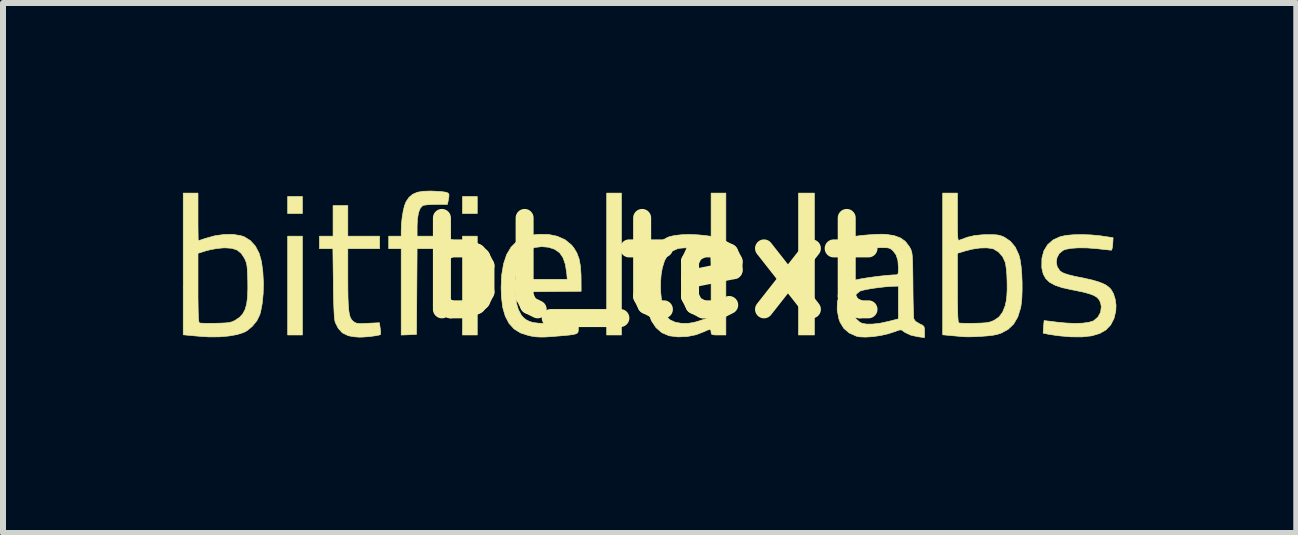
<source format=kicad_pcb>
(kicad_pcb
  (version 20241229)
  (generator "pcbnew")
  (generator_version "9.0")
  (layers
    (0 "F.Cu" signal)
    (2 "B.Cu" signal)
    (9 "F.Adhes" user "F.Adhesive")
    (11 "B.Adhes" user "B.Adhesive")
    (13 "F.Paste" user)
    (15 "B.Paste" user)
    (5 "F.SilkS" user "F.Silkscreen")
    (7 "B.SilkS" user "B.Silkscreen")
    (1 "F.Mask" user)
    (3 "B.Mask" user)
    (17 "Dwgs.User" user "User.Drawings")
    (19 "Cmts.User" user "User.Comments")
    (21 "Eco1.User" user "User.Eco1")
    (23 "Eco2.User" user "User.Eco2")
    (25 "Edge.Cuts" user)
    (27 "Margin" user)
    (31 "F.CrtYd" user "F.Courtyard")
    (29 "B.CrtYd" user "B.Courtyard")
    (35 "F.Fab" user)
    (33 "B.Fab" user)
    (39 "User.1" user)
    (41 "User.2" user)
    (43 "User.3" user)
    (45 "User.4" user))
  (footprint "bl_text"
    (layer "F.Cu")
    (at 7.765 1.418)
    (property "Reference" "bl_text" (at 0 0 0) (layer "F.SilkS") (effects (font (size 1.524 1.524) (thickness 0.3))))
    (attr through_hole)
    (fp_poly (pts (xy -5.773 -0.908) (xy -6.019 -0.908) (xy -6.019 -1.192) (xy -5.773 -1.192) (xy -5.773 -0.908)) (stroke (width 0.01) (type solid)) (fill yes) (layer "F.SilkS"))
    (fp_poly (pts (xy -5.773 1.117) (xy -6.019 1.117) (xy -6.019 -0.53) (xy -5.773 -0.53) (xy -5.773 1.117)) (stroke (width 0.01) (type solid)) (fill yes) (layer "F.SilkS"))
    (fp_poly (pts (xy -2.858 -0.908) (xy -3.104 -0.908) (xy -3.104 -1.192) (xy -2.858 -1.192) (xy -2.858 -0.908)) (stroke (width 0.01) (type solid)) (fill yes) (layer "F.SilkS"))
    (fp_poly (pts (xy -2.858 1.117) (xy -3.104 1.117) (xy -3.104 -0.53) (xy -2.858 -0.53) (xy -2.858 1.117)) (stroke (width 0.01) (type solid)) (fill yes) (layer "F.SilkS"))
    (fp_poly (pts (xy -0.454 1.117) (xy -0.7 1.117) (xy -0.7 -1.249) (xy -0.454 -1.249) (xy -0.454 1.117)) (stroke (width 0.01) (type solid)) (fill yes) (layer "F.SilkS"))
    (fp_poly (pts (xy 2.763 1.117) (xy 2.498 1.117) (xy 2.498 -1.249) (xy 2.763 -1.249) (xy 2.763 1.117)) (stroke (width 0.01) (type solid)) (fill yes) (layer "F.SilkS"))
    (fp_poly (pts (xy -3.527 -1.278) (xy -3.435 -1.271) (xy -3.375 -1.262) (xy -3.342 -1.247) (xy -3.329 -1.221) (xy -3.332 -1.178) (xy -3.343 -1.119) (xy -3.355 -1.06) (xy -3.543 -1.06) (xy -3.627 -1.058) (xy -3.699 -1.053) (xy -3.75 -1.046) (xy -3.765 -1.042) (xy -3.807 -0.999) (xy -3.837 -0.924) (xy -3.855 -0.819) (xy -3.861 -0.7) (xy -3.861 -0.53) (xy -3.388 -0.53) (xy -3.388 -0.322) (xy -3.861 -0.322) (xy -3.866 0.393) (xy -3.871 1.107) (xy -3.998 1.113) (xy -4.126 1.118) (xy -4.126 -0.322) (xy -4.334 -0.322) (xy -4.334 -0.53) (xy -4.126 -0.53) (xy -4.126 -0.62) (xy -4.122 -0.73) (xy -4.11 -0.844) (xy -4.092 -0.951) (xy -4.07 -1.042) (xy -4.045 -1.105) (xy -4.044 -1.106) (xy -3.996 -1.177) (xy -3.936 -1.228) (xy -3.859 -1.262) (xy -3.76 -1.279) (xy -3.634 -1.283) (xy -3.527 -1.278)) (stroke (width 0.01) (type solid)) (fill yes) (layer "F.SilkS"))
    (fp_poly (pts (xy -5.016 -0.53) (xy -4.486 -0.53) (xy -4.486 -0.322) (xy -5.016 -0.322) (xy -5.016 0.181) (xy -5.015 0.358) (xy -5.013 0.5) (xy -5.008 0.614) (xy -5.001 0.702) (xy -4.991 0.768) (xy -4.977 0.818) (xy -4.959 0.854) (xy -4.936 0.881) (xy -4.923 0.892) (xy -4.897 0.91) (xy -4.868 0.921) (xy -4.827 0.926) (xy -4.765 0.926) (xy -4.681 0.922) (xy -4.489 0.913) (xy -4.476 1.006) (xy -4.47 1.062) (xy -4.47 1.1) (xy -4.472 1.11) (xy -4.498 1.119) (xy -4.551 1.129) (xy -4.622 1.139) (xy -4.7 1.147) (xy -4.775 1.152) (xy -4.826 1.153) (xy -4.907 1.147) (xy -4.989 1.133) (xy -5.02 1.124) (xy -5.107 1.081) (xy -5.175 1.007) (xy -5.225 0.908) (xy -5.233 0.875) (xy -5.24 0.819) (xy -5.245 0.738) (xy -5.25 0.628) (xy -5.254 0.487) (xy -5.257 0.312) (xy -5.257 0.26) (xy -5.265 -0.322) (xy -5.489 -0.322) (xy -5.489 -0.53) (xy -5.262 -0.53) (xy -5.262 -1.041) (xy -5.016 -1.041) (xy -5.016 -0.53)) (stroke (width 0.01) (type solid)) (fill yes) (layer "F.SilkS"))
    (fp_poly (pts (xy -1.674 -0.56) (xy -1.524 -0.529) (xy -1.394 -0.471) (xy -1.289 -0.385) (xy -1.249 -0.337) (xy -1.197 -0.25) (xy -1.16 -0.15) (xy -1.138 -0.031) (xy -1.128 0.115) (xy -1.127 0.17) (xy -1.126 0.388) (xy -1.67 0.393) (xy -2.214 0.398) (xy -2.214 0.479) (xy -2.203 0.59) (xy -2.172 0.695) (xy -2.125 0.784) (xy -2.09 0.826) (xy -2.045 0.862) (xy -1.992 0.89) (xy -1.927 0.909) (xy -1.844 0.92) (xy -1.738 0.925) (xy -1.604 0.925) (xy -1.501 0.922) (xy -1.173 0.911) (xy -1.173 1.002) (xy -1.174 1.039) (xy -1.177 1.066) (xy -1.19 1.085) (xy -1.217 1.099) (xy -1.262 1.11) (xy -1.332 1.119) (xy -1.431 1.128) (xy -1.514 1.135) (xy -1.639 1.145) (xy -1.736 1.151) (xy -1.814 1.151) (xy -1.882 1.147) (xy -1.949 1.137) (xy -2.006 1.125) (xy -2.136 1.083) (xy -2.243 1.017) (xy -2.327 0.925) (xy -2.39 0.806) (xy -2.433 0.659) (xy -2.455 0.48) (xy -2.46 0.327) (xy -2.454 0.189) (xy -2.22 0.189) (xy -1.357 0.189) (xy -1.367 0.08) (xy -1.389 -0.06) (xy -1.427 -0.17) (xy -1.482 -0.251) (xy -1.488 -0.257) (xy -1.569 -0.313) (xy -1.671 -0.346) (xy -1.784 -0.356) (xy -1.899 -0.342) (xy -2.006 -0.302) (xy -2.012 -0.299) (xy -2.085 -0.239) (xy -2.144 -0.151) (xy -2.188 -0.042) (xy -2.209 0.074) (xy -2.22 0.189) (xy -2.454 0.189) (xy -2.45 0.113) (xy -2.419 -0.07) (xy -2.368 -0.223) (xy -2.295 -0.346) (xy -2.2 -0.441) (xy -2.081 -0.508) (xy -1.939 -0.549) (xy -1.843 -0.561) (xy -1.674 -0.56)) (stroke (width 0.01) (type solid)) (fill yes) (layer "F.SilkS"))
    (fp_poly (pts (xy 1.287 1.117) (xy 1.164 1.117) (xy 1.098 1.116) (xy 1.061 1.111) (xy 1.045 1.099) (xy 1.041 1.077) (xy 1.041 1.069) (xy 1.036 1.036) (xy 1.019 1.025) (xy 0.981 1.035) (xy 0.927 1.06) (xy 0.791 1.113) (xy 0.64 1.143) (xy 0.488 1.149) (xy 0.347 1.131) (xy 0.335 1.128) (xy 0.219 1.078) (xy 0.124 0.996) (xy 0.048 0.883) (xy -0.008 0.739) (xy -0.042 0.565) (xy -0.056 0.361) (xy -0.057 0.325) (xy -0.053 0.257) (xy 0.197 0.257) (xy 0.2 0.4) (xy 0.214 0.538) (xy 0.239 0.663) (xy 0.274 0.764) (xy 0.299 0.81) (xy 0.356 0.865) (xy 0.441 0.904) (xy 0.545 0.923) (xy 0.662 0.923) (xy 0.751 0.908) (xy 0.815 0.891) (xy 0.893 0.866) (xy 0.936 0.851) (xy 1.041 0.811) (xy 1.041 0.255) (xy 1.04 0.077) (xy 1.039 -0.066) (xy 1.036 -0.175) (xy 1.032 -0.251) (xy 1.026 -0.297) (xy 1.02 -0.314) (xy 0.986 -0.323) (xy 0.923 -0.33) (xy 0.842 -0.335) (xy 0.75 -0.337) (xy 0.659 -0.337) (xy 0.576 -0.334) (xy 0.512 -0.328) (xy 0.486 -0.323) (xy 0.393 -0.282) (xy 0.321 -0.218) (xy 0.266 -0.125) (xy 0.227 -0.002) (xy 0.207 0.117) (xy 0.197 0.257) (xy -0.053 0.257) (xy -0.047 0.11) (xy -0.017 -0.073) (xy 0.034 -0.226) (xy 0.105 -0.349) (xy 0.198 -0.443) (xy 0.312 -0.509) (xy 0.341 -0.52) (xy 0.429 -0.541) (xy 0.545 -0.554) (xy 0.678 -0.559) (xy 0.818 -0.553) (xy 0.923 -0.543) (xy 1.041 -0.528) (xy 1.041 -1.249) (xy 1.287 -1.249) (xy 1.287 1.117)) (stroke (width 0.01) (type solid)) (fill yes) (layer "F.SilkS"))
    (fp_poly (pts (xy -7.514 -0.852) (xy -7.514 -0.734) (xy -7.513 -0.63) (xy -7.512 -0.545) (xy -7.511 -0.485) (xy -7.509 -0.456) (xy -7.509 -0.454) (xy -7.489 -0.46) (xy -7.445 -0.475) (xy -7.399 -0.491) (xy -7.237 -0.536) (xy -7.078 -0.559) (xy -6.928 -0.56) (xy -6.797 -0.538) (xy -6.743 -0.52) (xy -6.641 -0.457) (xy -6.557 -0.364) (xy -6.494 -0.243) (xy -6.456 -0.108) (xy -6.433 0.063) (xy -6.423 0.244) (xy -6.427 0.423) (xy -6.443 0.59) (xy -6.471 0.736) (xy -6.484 0.779) (xy -6.533 0.88) (xy -6.609 0.973) (xy -6.699 1.047) (xy -6.753 1.075) (xy -6.862 1.11) (xy -7 1.134) (xy -7.158 1.148) (xy -7.329 1.149) (xy -7.448 1.142) (xy -7.509 1.137) (xy -7.588 1.13) (xy -7.642 1.125) (xy -7.76 1.114) (xy -7.76 -0.245) (xy -7.514 -0.245) (xy -7.514 0.33) (xy -7.514 0.502) (xy -7.512 0.639) (xy -7.51 0.745) (xy -7.507 0.822) (xy -7.503 0.875) (xy -7.497 0.905) (xy -7.49 0.916) (xy -7.463 0.92) (xy -7.406 0.922) (xy -7.328 0.923) (xy -7.235 0.922) (xy -7.221 0.922) (xy -7.117 0.919) (xy -7.042 0.915) (xy -6.988 0.908) (xy -6.946 0.897) (xy -6.908 0.88) (xy -6.89 0.87) (xy -6.822 0.824) (xy -6.769 0.767) (xy -6.73 0.695) (xy -6.703 0.603) (xy -6.688 0.487) (xy -6.683 0.342) (xy -6.684 0.21) (xy -6.688 0.099) (xy -6.692 0.017) (xy -6.698 -0.042) (xy -6.708 -0.088) (xy -6.723 -0.128) (xy -6.738 -0.161) (xy -6.792 -0.243) (xy -6.859 -0.298) (xy -6.947 -0.328) (xy -7.06 -0.336) (xy -7.107 -0.334) (xy -7.202 -0.324) (xy -7.304 -0.306) (xy -7.386 -0.285) (xy -7.514 -0.245) (xy -7.76 -0.245) (xy -7.76 -1.249) (xy -7.514 -1.249) (xy -7.514 -0.852)) (stroke (width 0.01) (type solid)) (fill yes) (layer "F.SilkS"))
    (fp_poly (pts (xy 5.148 -0.85) (xy 5.148 -0.717) (xy 5.149 -0.618) (xy 5.151 -0.547) (xy 5.154 -0.501) (xy 5.159 -0.474) (xy 5.166 -0.463) (xy 5.176 -0.462) (xy 5.181 -0.464) (xy 5.311 -0.512) (xy 5.434 -0.541) (xy 5.568 -0.554) (xy 5.64 -0.556) (xy 5.735 -0.556) (xy 5.803 -0.552) (xy 5.854 -0.543) (xy 5.9 -0.527) (xy 5.929 -0.514) (xy 6.031 -0.445) (xy 6.111 -0.349) (xy 6.171 -0.221) (xy 6.172 -0.219) (xy 6.193 -0.137) (xy 6.209 -0.027) (xy 6.22 0.102) (xy 6.226 0.24) (xy 6.226 0.379) (xy 6.221 0.508) (xy 6.209 0.619) (xy 6.2 0.668) (xy 6.154 0.816) (xy 6.086 0.933) (xy 5.994 1.022) (xy 5.878 1.085) (xy 5.808 1.108) (xy 5.742 1.121) (xy 5.649 1.132) (xy 5.54 1.14) (xy 5.428 1.146) (xy 5.322 1.148) (xy 5.235 1.145) (xy 5.214 1.143) (xy 5.153 1.137) (xy 5.074 1.13) (xy 5.02 1.125) (xy 4.902 1.114) (xy 4.902 -0.245) (xy 5.148 -0.245) (xy 5.148 0.33) (xy 5.148 0.502) (xy 5.15 0.639) (xy 5.152 0.745) (xy 5.155 0.822) (xy 5.159 0.874) (xy 5.165 0.905) (xy 5.172 0.916) (xy 5.199 0.92) (xy 5.256 0.922) (xy 5.334 0.923) (xy 5.426 0.922) (xy 5.432 0.922) (xy 5.536 0.919) (xy 5.612 0.914) (xy 5.668 0.906) (xy 5.713 0.893) (xy 5.757 0.874) (xy 5.759 0.873) (xy 5.84 0.818) (xy 5.9 0.739) (xy 5.943 0.632) (xy 5.963 0.541) (xy 5.972 0.458) (xy 5.977 0.354) (xy 5.976 0.238) (xy 5.972 0.122) (xy 5.963 0.016) (xy 5.951 -0.068) (xy 5.943 -0.1) (xy 5.901 -0.19) (xy 5.835 -0.265) (xy 5.755 -0.315) (xy 5.728 -0.324) (xy 5.636 -0.336) (xy 5.521 -0.333) (xy 5.395 -0.314) (xy 5.276 -0.284) (xy 5.148 -0.245) (xy 4.902 -0.245) (xy 4.902 -1.249) (xy 5.148 -1.249) (xy 5.148 -0.85)) (stroke (width 0.01) (type solid)) (fill yes) (layer "F.SilkS"))
    (fp_poly (pts (xy 7.366 -0.552) (xy 7.513 -0.539) (xy 7.567 -0.531) (xy 7.743 -0.505) (xy 7.737 -0.399) (xy 7.731 -0.342) (xy 7.721 -0.305) (xy 7.713 -0.296) (xy 7.687 -0.299) (xy 7.633 -0.305) (xy 7.556 -0.313) (xy 7.468 -0.323) (xy 7.306 -0.335) (xy 7.162 -0.336) (xy 7.042 -0.328) (xy 6.95 -0.31) (xy 6.911 -0.295) (xy 6.846 -0.243) (xy 6.808 -0.174) (xy 6.796 -0.097) (xy 6.811 -0.021) (xy 6.853 0.044) (xy 6.89 0.073) (xy 6.936 0.093) (xy 7.006 0.115) (xy 7.087 0.135) (xy 7.113 0.141) (xy 7.272 0.173) (xy 7.399 0.202) (xy 7.498 0.231) (xy 7.574 0.26) (xy 7.633 0.291) (xy 7.679 0.327) (xy 7.709 0.359) (xy 7.749 0.428) (xy 7.778 0.521) (xy 7.792 0.622) (xy 7.788 0.717) (xy 7.757 0.845) (xy 7.702 0.95) (xy 7.624 1.032) (xy 7.519 1.092) (xy 7.388 1.131) (xy 7.227 1.149) (xy 7.037 1.148) (xy 6.865 1.133) (xy 6.784 1.123) (xy 6.707 1.111) (xy 6.65 1.102) (xy 6.648 1.101) (xy 6.577 1.086) (xy 6.584 0.983) (xy 6.588 0.926) (xy 6.592 0.888) (xy 6.593 0.878) (xy 6.612 0.879) (xy 6.66 0.885) (xy 6.731 0.893) (xy 6.804 0.903) (xy 6.962 0.918) (xy 7.107 0.924) (xy 7.235 0.92) (xy 7.338 0.906) (xy 7.411 0.884) (xy 7.42 0.879) (xy 7.491 0.818) (xy 7.535 0.737) (xy 7.546 0.647) (xy 7.545 0.636) (xy 7.533 0.576) (xy 7.51 0.528) (xy 7.473 0.488) (xy 7.416 0.455) (xy 7.336 0.426) (xy 7.228 0.398) (xy 7.087 0.369) (xy 7.054 0.363) (xy 6.898 0.329) (xy 6.776 0.288) (xy 6.684 0.238) (xy 6.62 0.176) (xy 6.578 0.1) (xy 6.556 0.006) (xy 6.554 -0.017) (xy 6.556 -0.161) (xy 6.589 -0.286) (xy 6.652 -0.389) (xy 6.743 -0.468) (xy 6.861 -0.522) (xy 6.864 -0.523) (xy 6.958 -0.543) (xy 7.079 -0.554) (xy 7.218 -0.557) (xy 7.366 -0.552)) (stroke (width 0.01) (type solid)) (fill yes) (layer "F.SilkS"))
    (fp_poly (pts (xy 3.962 -0.56) (xy 4.095 -0.539) (xy 4.198 -0.501) (xy 4.28 -0.442) (xy 4.344 -0.358) (xy 4.36 -0.331) (xy 4.372 -0.307) (xy 4.381 -0.281) (xy 4.389 -0.249) (xy 4.394 -0.206) (xy 4.398 -0.147) (xy 4.401 -0.067) (xy 4.403 0.038) (xy 4.405 0.174) (xy 4.406 0.274) (xy 4.407 0.414) (xy 4.409 0.544) (xy 4.412 0.657) (xy 4.415 0.749) (xy 4.417 0.814) (xy 4.42 0.847) (xy 4.42 0.848) (xy 4.449 0.89) (xy 4.514 0.929) (xy 4.515 0.93) (xy 4.564 0.953) (xy 4.589 0.976) (xy 4.598 1.011) (xy 4.599 1.063) (xy 4.599 1.16) (xy 4.494 1.147) (xy 4.371 1.12) (xy 4.271 1.073) (xy 4.237 1.047) (xy 4.215 1.033) (xy 4.185 1.033) (xy 4.138 1.048) (xy 4.112 1.058) (xy 3.996 1.096) (xy 3.869 1.125) (xy 3.74 1.144) (xy 3.62 1.152) (xy 3.518 1.148) (xy 3.464 1.137) (xy 3.345 1.084) (xy 3.254 1.007) (xy 3.191 0.904) (xy 3.171 0.847) (xy 3.143 0.703) (xy 3.144 0.649) (xy 3.407 0.649) (xy 3.42 0.763) (xy 3.458 0.848) (xy 3.522 0.906) (xy 3.559 0.923) (xy 3.635 0.936) (xy 3.739 0.935) (xy 3.864 0.92) (xy 4.001 0.89) (xy 4.017 0.886) (xy 4.164 0.848) (xy 4.164 0.303) (xy 4.102 0.304) (xy 4.021 0.307) (xy 3.924 0.316) (xy 3.821 0.328) (xy 3.72 0.342) (xy 3.631 0.358) (xy 3.563 0.373) (xy 3.525 0.385) (xy 3.465 0.432) (xy 3.427 0.499) (xy 3.409 0.593) (xy 3.407 0.649) (xy 3.144 0.649) (xy 3.146 0.567) (xy 3.177 0.446) (xy 3.237 0.342) (xy 3.322 0.26) (xy 3.416 0.21) (xy 3.467 0.196) (xy 3.546 0.18) (xy 3.646 0.164) (xy 3.757 0.148) (xy 3.87 0.134) (xy 3.978 0.123) (xy 4.07 0.116) (xy 4.129 0.114) (xy 4.148 0.109) (xy 4.159 0.09) (xy 4.163 0.048) (xy 4.164 -0.01) (xy 4.155 -0.128) (xy 4.125 -0.219) (xy 4.074 -0.287) (xy 4.057 -0.302) (xy 4.036 -0.318) (xy 4.015 -0.329) (xy 3.987 -0.336) (xy 3.946 -0.339) (xy 3.886 -0.339) (xy 3.801 -0.337) (xy 3.684 -0.332) (xy 3.681 -0.332) (xy 3.57 -0.328) (xy 3.469 -0.324) (xy 3.385 -0.32) (xy 3.325 -0.317) (xy 3.303 -0.316) (xy 3.268 -0.316) (xy 3.251 -0.329) (xy 3.243 -0.364) (xy 3.24 -0.4) (xy 3.235 -0.489) (xy 3.325 -0.508) (xy 3.427 -0.526) (xy 3.547 -0.542) (xy 3.673 -0.553) (xy 3.794 -0.561) (xy 3.899 -0.563) (xy 3.962 -0.56)) (stroke (width 0.01) (type solid)) (fill yes) (layer "F.SilkS")))
  (gr_rect
    (start -3 -3)
    (end 18.562 5.836)
    (stroke (width 0.1) (type default))
    (fill no)
    (layer "Edge.Cuts")))
</source>
